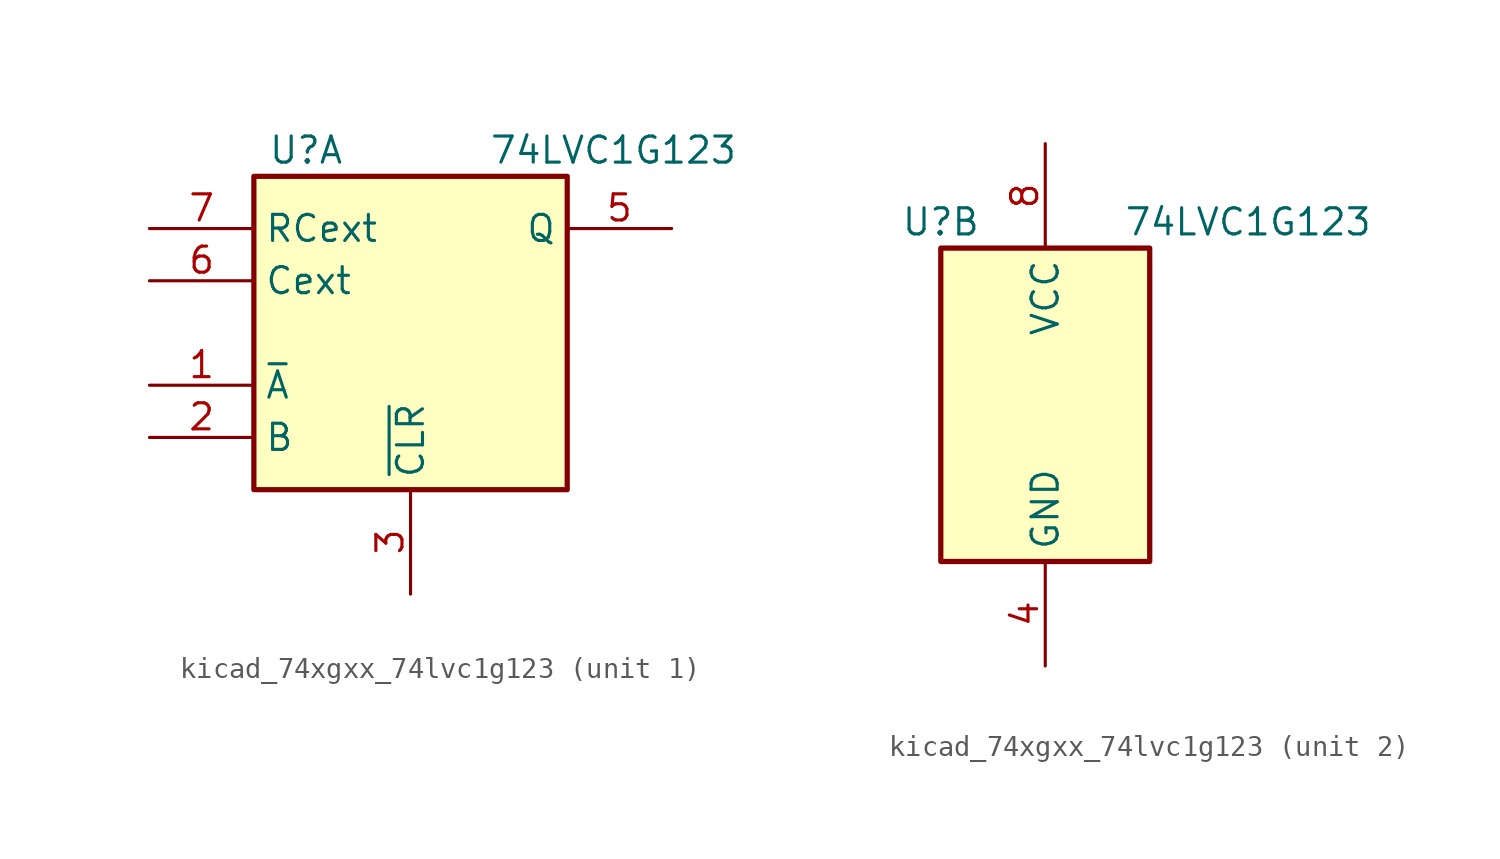
<source format=kicad_sym>
(kicad_symbol_lib
  (version 20220914)
  (generator kicad_symbol_editor)
  (symbol "kicad_74xgxx_74lvc1g123"
    (property "Reference" "U"
      (at -5.08 8.89 0)
      (effects (font (size 1.27 1.27))))
    (property "Value" "74LVC1G123"
      (at 3.81 8.89 0)
      (effects (font (size 1.27 1.27)) (justify left)))
    (symbol "kicad_74xgxx_74lvc1g123_1_1"
      (rectangle (start -7.62 7.62) (end 7.62 -7.62) (stroke (width 0.254) (type default)) (fill (type background)))
      (pin input line (at -12.7 -2.54 0) (length 5.08) (name "~{A}" (effects (font (size 1.27 1.27)))) (number "1" (effects (font (size 1.27 1.27)))))
      (pin input line (at -12.7 -5.08 0) (length 5.08) (name "B" (effects (font (size 1.27 1.27)))) (number "2" (effects (font (size 1.27 1.27)))))
      (pin input line (at 0 -12.7 90) (length 5.08) (name "~{CLR}" (effects (font (size 1.27 1.27)))) (number "3" (effects (font (size 1.27 1.27)))))
      (pin output line (at 12.7 5.08 180) (length 5.08) (name "Q" (effects (font (size 1.27 1.27)))) (number "5" (effects (font (size 1.27 1.27)))))
      (pin input line (at -12.7 2.54 0) (length 5.08) (name "Cext" (effects (font (size 1.27 1.27)))) (number "6" (effects (font (size 1.27 1.27)))))
      (pin input line (at -12.7 5.08 0) (length 5.08) (name "RCext" (effects (font (size 1.27 1.27)))) (number "7" (effects (font (size 1.27 1.27))))))
    (symbol "kicad_74xgxx_74lvc1g123_2_1"
      (rectangle (start -5.08 7.62) (end 5.08 -7.62) (stroke (width 0.254) (type default)) (fill (type background)))
      (pin power_in line (at 0 -12.7 90) (length 5.08) (name "GND" (effects (font (size 1.27 1.27)))) (number "4" (effects (font (size 1.27 1.27)))))
      (pin power_in line (at 0 12.7 270) (length 5.08) (name "VCC" (effects (font (size 1.27 1.27)))) (number "8" (effects (font (size 1.27 1.27))))))))
</source>
